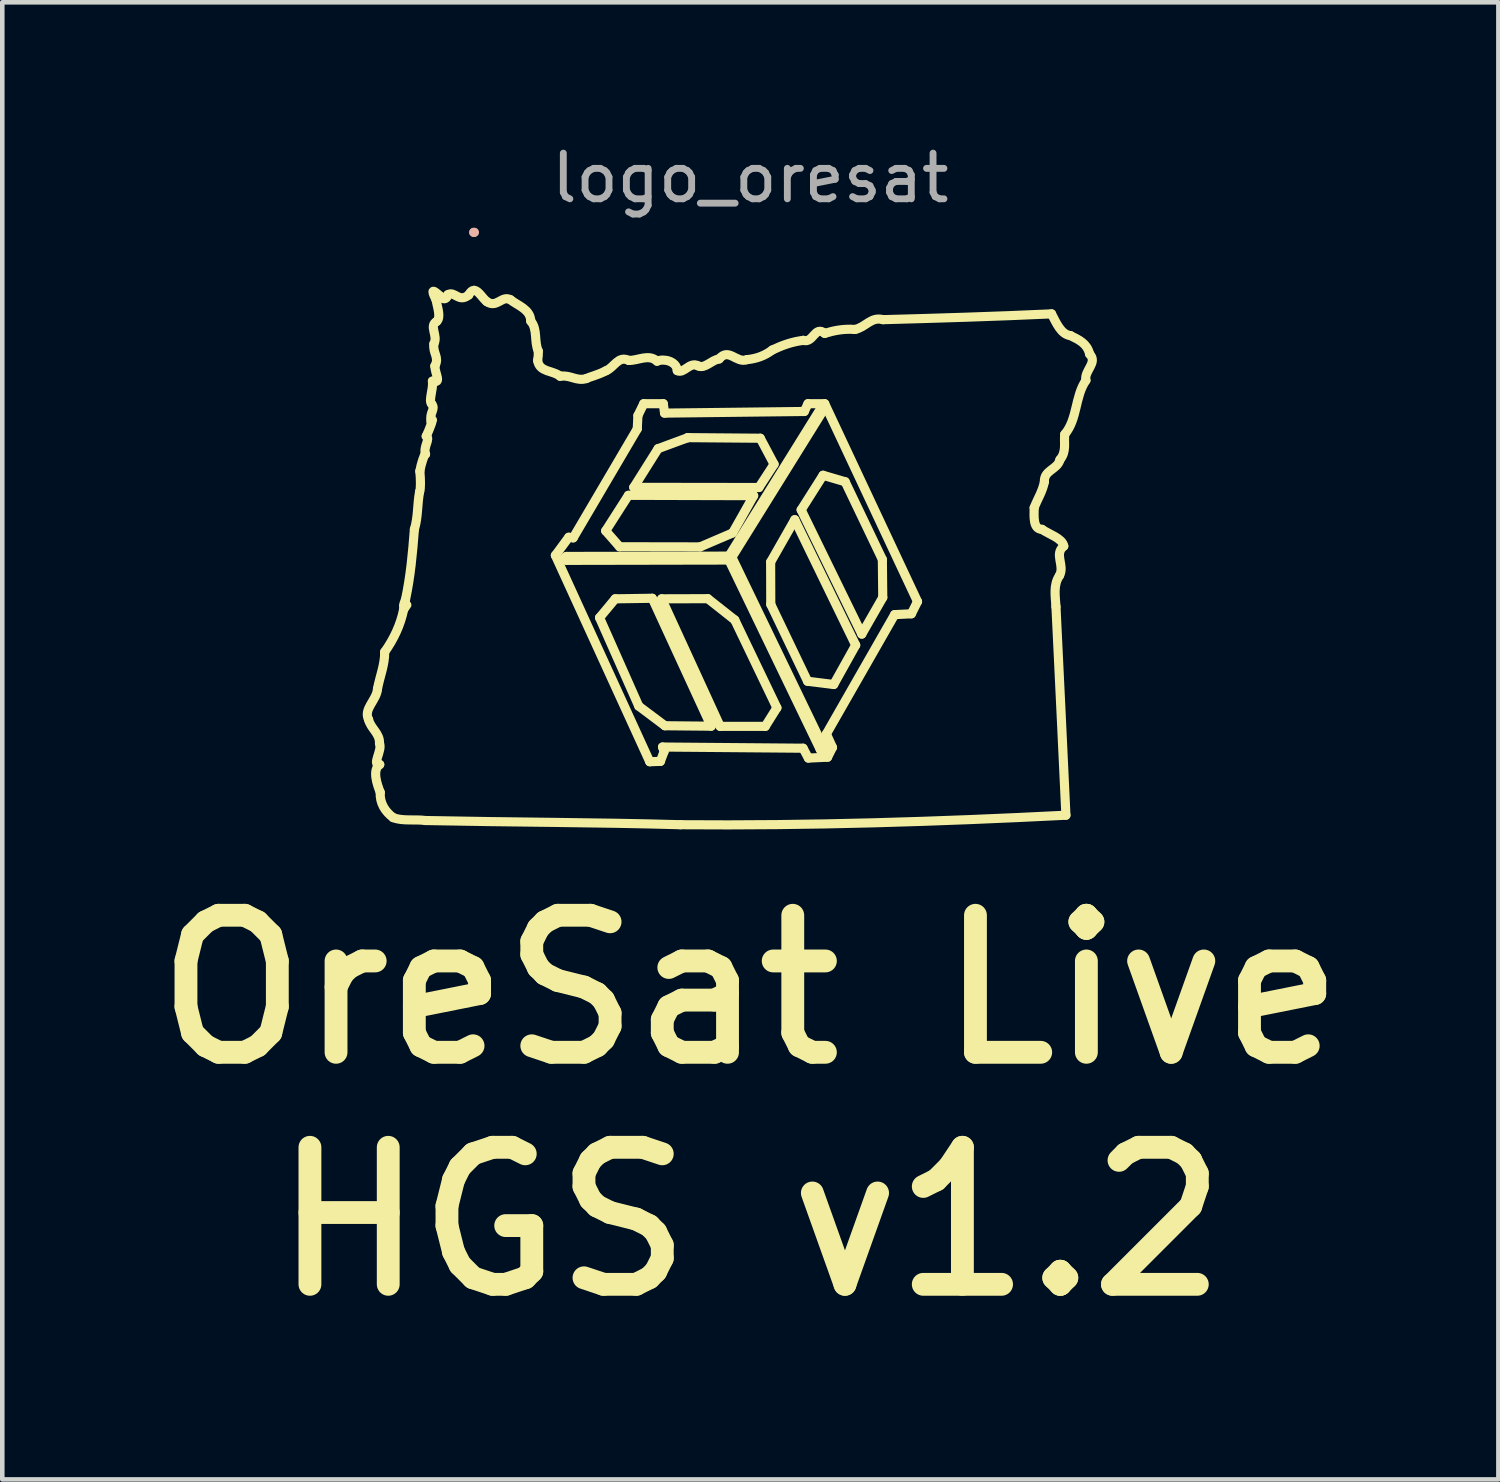
<source format=kicad_pcb>
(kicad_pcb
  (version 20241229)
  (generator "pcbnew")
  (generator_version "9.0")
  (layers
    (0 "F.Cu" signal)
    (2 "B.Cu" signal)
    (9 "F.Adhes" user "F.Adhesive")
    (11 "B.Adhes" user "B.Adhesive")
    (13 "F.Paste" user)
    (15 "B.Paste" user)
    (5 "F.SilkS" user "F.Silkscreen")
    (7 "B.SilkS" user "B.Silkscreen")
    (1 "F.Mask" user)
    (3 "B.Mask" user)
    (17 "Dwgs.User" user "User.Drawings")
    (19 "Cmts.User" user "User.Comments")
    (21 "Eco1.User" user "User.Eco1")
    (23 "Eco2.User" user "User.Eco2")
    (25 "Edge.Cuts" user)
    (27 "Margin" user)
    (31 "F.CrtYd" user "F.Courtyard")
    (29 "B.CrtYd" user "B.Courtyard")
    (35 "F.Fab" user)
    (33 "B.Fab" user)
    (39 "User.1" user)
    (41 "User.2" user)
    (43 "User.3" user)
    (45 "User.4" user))
  (footprint "logo_oresat"
    (layer "F.Cu")
    (at 13.379 3.388)
    (property "Reference" "logo_oresat" (at 0 -2.54 0) (layer "F.Fab") (effects (font (size 1 1) (thickness 0.15))))
    (attr through_hole)
    (fp_line (start -4.269 5.722) (end -3.976 5.325) (stroke (width 0.2) (type solid)) (layer "F.SilkS"))
    (fp_line (start -3.976 5.325) (end -3.879 5.338) (stroke (width 0.2) (type solid)) (layer "F.SilkS"))
    (fp_line (start -3.879 5.338) (end -2.476 2.952) (stroke (width 0.2) (type solid)) (layer "F.SilkS"))
    (fp_line (start -3.302 7.086) (end -2.443 9.023) (stroke (width 0.2) (type solid)) (layer "F.SilkS"))
    (fp_line (start -3.168 5.185) (end -2.863 5.533) (stroke (width 0.2) (type solid)) (layer "F.SilkS"))
    (fp_line (start -2.959 6.673) (end -3.302 7.086) (stroke (width 0.2) (type solid)) (layer "F.SilkS"))
    (fp_line (start -2.863 5.533) (end -1.101 5.536) (stroke (width 0.2) (type solid)) (layer "F.SilkS"))
    (fp_line (start -2.67 4.407) (end -3.168 5.185) (stroke (width 0.2) (type solid)) (layer "F.SilkS"))
    (fp_line (start -2.553 4.232) (end 0.187 4.236) (stroke (width 0.2) (type solid)) (layer "F.SilkS"))
    (fp_line (start -2.476 2.952) (end -2.462 2.66) (stroke (width 0.2) (type solid)) (layer "F.SilkS"))
    (fp_line (start -2.462 2.66) (end -2.335 2.401) (stroke (width 0.2) (type solid)) (layer "F.SilkS"))
    (fp_line (start -2.443 9.023) (end -1.871 9.452) (stroke (width 0.2) (type solid)) (layer "F.SilkS"))
    (fp_line (start -2.335 2.401) (end -1.906 2.401) (stroke (width 0.2) (type solid)) (layer "F.SilkS"))
    (fp_line (start -2.203 10.24) (end -4.269 5.722) (stroke (width 0.2) (type solid)) (layer "F.SilkS"))
    (fp_line (start -2.148 6.661) (end -2.959 6.673) (stroke (width 0.2) (type solid)) (layer "F.SilkS"))
    (fp_line (start -2.02 3.385) (end -2.553 4.232) (stroke (width 0.2) (type solid)) (layer "F.SilkS"))
    (fp_line (start -1.97 10.232) (end -2.203 10.24) (stroke (width 0.2) (type solid)) (layer "F.SilkS"))
    (fp_line (start -1.942 6.673) (end -0.661 9.466) (stroke (width 0.2) (type solid)) (layer "F.SilkS"))
    (fp_line (start -1.923 9.918) (end -1.889 10.016) (stroke (width 0.2) (type solid)) (layer "F.SilkS"))
    (fp_line (start -1.906 2.401) (end -1.879 2.607) (stroke (width 0.2) (type solid)) (layer "F.SilkS"))
    (fp_line (start -1.889 10.016) (end -1.97 10.232) (stroke (width 0.2) (type solid)) (layer "F.SilkS"))
    (fp_line (start -1.879 2.607) (end 1.181 2.571) (stroke (width 0.2) (type solid)) (layer "F.SilkS"))
    (fp_line (start -1.871 9.452) (end -0.859 9.462) (stroke (width 0.2) (type solid)) (layer "F.SilkS"))
    (fp_line (start -1.37 3.144) (end -1.37 3.145) (stroke (width 0.2) (type solid)) (layer "F.SilkS"))
    (fp_line (start -1.37 3.145) (end -2.02 3.385) (stroke (width 0.2) (type solid)) (layer "F.SilkS"))
    (fp_line (start -1.101 5.536) (end -0.389 5.231) (stroke (width 0.2) (type solid)) (layer "F.SilkS"))
    (fp_line (start -0.931 6.67) (end -1.942 6.673) (stroke (width 0.2) (type solid)) (layer "F.SilkS"))
    (fp_line (start -0.859 9.462) (end -2.148 6.661) (stroke (width 0.2) (type solid)) (layer "F.SilkS"))
    (fp_line (start -0.661 9.466) (end 0.326 9.466) (stroke (width 0.2) (type solid)) (layer "F.SilkS"))
    (fp_line (start -0.469 5.824) (end 1.531 9.974) (stroke (width 0.2) (type solid)) (layer "F.SilkS"))
    (fp_line (start -0.389 5.231) (end 0.072 4.415) (stroke (width 0.2) (type solid)) (layer "F.SilkS"))
    (fp_line (start -0.341 7.136) (end -0.931 6.67) (stroke (width 0.2) (type solid)) (layer "F.SilkS"))
    (fp_line (start 0.072 4.415) (end -2.67 4.407) (stroke (width 0.2) (type solid)) (layer "F.SilkS"))
    (fp_line (start 0.187 4.236) (end 0.519 3.726) (stroke (width 0.2) (type solid)) (layer "F.SilkS"))
    (fp_line (start 0.217 3.157) (end -1.37 3.144) (stroke (width 0.2) (type solid)) (layer "F.SilkS"))
    (fp_line (start 0.326 9.466) (end 0.581 9.059) (stroke (width 0.2) (type solid)) (layer "F.SilkS"))
    (fp_line (start 0.444 5.867) (end 0.447 6.795) (stroke (width 0.2) (type solid)) (layer "F.SilkS"))
    (fp_line (start 0.447 6.795) (end 1.253 8.478) (stroke (width 0.2) (type solid)) (layer "F.SilkS"))
    (fp_line (start 0.519 3.726) (end 0.217 3.157) (stroke (width 0.2) (type solid)) (layer "F.SilkS"))
    (fp_line (start 0.581 9.059) (end -0.341 7.136) (stroke (width 0.2) (type solid)) (layer "F.SilkS"))
    (fp_line (start 0.972 4.941) (end 0.444 5.867) (stroke (width 0.2) (type solid)) (layer "F.SilkS"))
    (fp_line (start 1.112 4.725) (end 2.44 7.445) (stroke (width 0.2) (type solid)) (layer "F.SilkS"))
    (fp_line (start 1.154 9.944) (end -1.923 9.918) (stroke (width 0.2) (type solid)) (layer "F.SilkS"))
    (fp_line (start 1.181 2.571) (end 1.261 2.401) (stroke (width 0.2) (type solid)) (layer "F.SilkS"))
    (fp_line (start 1.253 8.478) (end 1.825 8.549) (stroke (width 0.2) (type solid)) (layer "F.SilkS"))
    (fp_line (start 1.261 2.401) (end 1.628 2.401) (stroke (width 0.2) (type solid)) (layer "F.SilkS"))
    (fp_line (start 1.27 10.16) (end 1.154 9.944) (stroke (width 0.2) (type solid)) (layer "F.SilkS"))
    (fp_line (start 1.554 2.484) (end -0.469 5.738) (stroke (width 0.2) (type solid)) (layer "F.SilkS"))
    (fp_line (start 1.578 2.467) (end 1.578 2.467) (stroke (width 0.2) (type solid)) (layer "F.SilkS"))
    (fp_line (start 1.592 3.968) (end 1.112 4.725) (stroke (width 0.2) (type solid)) (layer "F.SilkS"))
    (fp_line (start 1.609 9.937) (end -0.405 5.763) (stroke (width 0.2) (type solid)) (layer "F.SilkS"))
    (fp_line (start 1.628 2.401) (end 3.66 6.733) (stroke (width 0.2) (type solid)) (layer "F.SilkS"))
    (fp_line (start 1.664 9.632) (end 1.798 9.927) (stroke (width 0.2) (type solid)) (layer "F.SilkS"))
    (fp_line (start 1.69 10.141) (end 1.27 10.16) (stroke (width 0.2) (type solid)) (layer "F.SilkS"))
    (fp_line (start 1.798 9.927) (end 1.69 10.141) (stroke (width 0.2) (type solid)) (layer "F.SilkS"))
    (fp_line (start 1.825 8.549) (end 2.306 7.687) (stroke (width 0.2) (type solid)) (layer "F.SilkS"))
    (fp_line (start 2.076 4.11) (end 1.592 3.968) (stroke (width 0.2) (type solid)) (layer "F.SilkS"))
    (fp_line (start 2.306 7.687) (end 0.972 4.941) (stroke (width 0.2) (type solid)) (layer "F.SilkS"))
    (fp_line (start 2.44 7.445) (end 2.899 6.644) (stroke (width 0.2) (type solid)) (layer "F.SilkS"))
    (fp_line (start 2.89 5.811) (end 2.076 4.11) (stroke (width 0.2) (type solid)) (layer "F.SilkS"))
    (fp_line (start 2.899 6.644) (end 2.89 5.811) (stroke (width 0.2) (type solid)) (layer "F.SilkS"))
    (fp_line (start 3.159 7.019) (end 1.664 9.632) (stroke (width 0.2) (type solid)) (layer "F.SilkS"))
    (fp_line (start 3.526 7.001) (end 3.159 7.019) (stroke (width 0.2) (type solid)) (layer "F.SilkS"))
    (fp_line (start 3.66 6.733) (end 3.526 7.001) (stroke (width 0.2) (type solid)) (layer "F.SilkS"))
    (fp_curve (pts (xy -8.359 9.318) (xy -8.31 9.518) (xy -8.108 9.618) (xy -8.12 9.841)) (stroke (width 0.2) (type solid)) (layer "F.SilkS"))
    (fp_curve (pts (xy -8.164 8.643) (xy -8.176 8.889) (xy -8.48 9.083) (xy -8.359 9.318)) (stroke (width 0.2) (type solid)) (layer "F.SilkS"))
    (fp_curve (pts (xy -8.12 9.841) (xy -8.052 9.985) (xy -8.302 10.33) (xy -8.115 10.301)) (stroke (width 0.2) (type solid)) (layer "F.SilkS"))
    (fp_curve (pts (xy -8.115 10.301) (xy -8.285 10.42) (xy -8.171 10.74) (xy -8.104 10.911)) (stroke (width 0.2) (type solid)) (layer "F.SilkS"))
    (fp_curve (pts (xy -8.104 10.911) (xy -8.117 11.142) (xy -8.001 11.329) (xy -7.82 11.464)) (stroke (width 0.2) (type solid)) (layer "F.SilkS"))
    (fp_curve (pts (xy -8.007 7.837) (xy -8 8.106) (xy -8.113 8.374) (xy -8.164 8.643)) (stroke (width 0.2) (type solid)) (layer "F.SilkS"))
    (fp_curve (pts (xy -7.82 11.464) (xy -7.614 11.545) (xy -7.342 11.495) (xy -7.112 11.527)) (stroke (width 0.2) (type solid)) (layer "F.SilkS"))
    (fp_curve (pts (xy -7.592 6.909) (xy -7.66 7.246) (xy -7.808 7.555) (xy -8.007 7.837)) (stroke (width 0.2) (type solid)) (layer "F.SilkS"))
    (fp_curve (pts (xy -7.551 6.692) (xy -7.704 7.062) (xy -7.385 6.628) (xy -7.592 6.909)) (stroke (width 0.2) (type solid)) (layer "F.SilkS"))
    (fp_curve (pts (xy -7.356 5.152) (xy -7.396 5.677) (xy -7.441 6.178) (xy -7.551 6.692)) (stroke (width 0.2) (type solid)) (layer "F.SilkS"))
    (fp_curve (pts (xy -7.242 4.329) (xy -7.295 4.612) (xy -7.273 4.879) (xy -7.356 5.152)) (stroke (width 0.2) (type solid)) (layer "F.SilkS"))
    (fp_curve (pts (xy -7.237 3.879) (xy -7.22 4.042) (xy -7.215 4.269) (xy -7.242 4.329)) (stroke (width 0.2) (type solid)) (layer "F.SilkS"))
    (fp_curve (pts (xy -7.112 3.505) (xy -7.134 3.485) (xy -7.213 3.733) (xy -7.237 3.879)) (stroke (width 0.2) (type solid)) (layer "F.SilkS"))
    (fp_curve (pts (xy -7.112 11.527) (xy -5.253 11.566) (xy -3.391 11.566) (xy -1.531 11.619)) (stroke (width 0.2) (type solid)) (layer "F.SilkS"))
    (fp_curve (pts (xy -7.097 3.113) (xy -6.996 3.169) (xy -7.169 3.339) (xy -7.112 3.505)) (stroke (width 0.2) (type solid)) (layer "F.SilkS"))
    (fp_curve (pts (xy -6.989 2.807) (xy -6.901 2.629) (xy -7.031 2.98) (xy -7.097 3.113)) (stroke (width 0.2) (type solid)) (layer "F.SilkS"))
    (fp_curve (pts (xy -6.978 2.406) (xy -6.881 2.53) (xy -7.036 2.581) (xy -6.989 2.807)) (stroke (width 0.2) (type solid)) (layer "F.SilkS"))
    (fp_curve (pts (xy -6.961 1.907) (xy -6.939 2.09) (xy -7.052 2.336) (xy -6.978 2.406)) (stroke (width 0.2) (type solid)) (layer "F.SilkS"))
    (fp_curve (pts (xy -6.928 1.087) (xy -6.96 1.302) (xy -6.801 1.379) (xy -6.908 1.576)) (stroke (width 0.2) (type solid)) (layer "F.SilkS"))
    (fp_curve (pts (xy -6.908 1.576) (xy -6.905 1.75) (xy -6.748 1.967) (xy -6.961 1.907)) (stroke (width 0.2) (type solid)) (layer "F.SilkS"))
    (fp_curve (pts (xy -6.884 0.119) (xy -6.846 0.311) (xy -6.771 0.519) (xy -6.87 0.601)) (stroke (width 0.2) (type solid)) (layer "F.SilkS"))
    (fp_curve (pts (xy -6.87 0.601) (xy -7.044 0.695) (xy -6.832 0.919) (xy -6.928 1.087)) (stroke (width 0.2) (type solid)) (layer "F.SilkS"))
    (fp_curve (pts (xy -6.789 0.05) (xy -6.939 -0.09) (xy -7.013 -0.128) (xy -6.884 0.119)) (stroke (width 0.2) (type solid)) (layer "F.SilkS"))
    (fp_curve (pts (xy -6.625 0.016) (xy -6.633 0.086) (xy -6.706 0.157) (xy -6.789 0.05)) (stroke (width 0.2) (type solid)) (layer "F.SilkS"))
    (fp_curve (pts (xy -6.167 0.02) (xy -6.384 0.2) (xy -6.476 -0.079) (xy -6.625 0.016)) (stroke (width 0.2) (type solid)) (layer "F.SilkS"))
    (fp_curve (pts (xy -6.056 -0.081) (xy -6.093 -0.079) (xy -6.129 -0.05) (xy -6.167 0.02)) (stroke (width 0.2) (type solid)) (layer "F.SilkS"))
    (fp_curve (pts (xy -5.77 0.166) (xy -5.861 0.095) (xy -5.949 -0.07) (xy -6.041 -0.081)) (stroke (width 0.2) (type solid)) (layer "F.SilkS"))
    (fp_curve (pts (xy -5.253 0.125) (xy -5.442 0.021) (xy -5.55 0.318) (xy -5.77 0.166)) (stroke (width 0.2) (type solid)) (layer "F.SilkS"))
    (fp_curve (pts (xy -4.808 0.592) (xy -4.816 0.332) (xy -5.09 0.256) (xy -5.253 0.125)) (stroke (width 0.2) (type solid)) (layer "F.SilkS"))
    (fp_curve (pts (xy -4.658 1.454) (xy -4.645 1.386) (xy -4.64 1.319) (xy -4.643 1.25)) (stroke (width 0.2) (type solid)) (layer "F.SilkS"))
    (fp_curve (pts (xy -4.643 1.25) (xy -4.739 1.043) (xy -4.653 0.769) (xy -4.808 0.592)) (stroke (width 0.2) (type solid)) (layer "F.SilkS"))
    (fp_curve (pts (xy -4.165 1.8) (xy -4.325 1.666) (xy -4.619 1.719) (xy -4.658 1.454)) (stroke (width 0.2) (type solid)) (layer "F.SilkS"))
    (fp_curve (pts (xy -4.067 5.788) (xy -4.067 5.812) (xy -4.048 5.831) (xy -4.024 5.831)) (stroke (width 0.2) (type solid)) (layer "F.SilkS"))
    (fp_curve (pts (xy -4.024 5.745) (xy -4.048 5.745) (xy -4.067 5.765) (xy -4.067 5.788)) (stroke (width 0.2) (type solid)) (layer "F.SilkS"))
    (fp_curve (pts (xy -4.024 5.831) (xy -3.978 5.831) (xy -0.52 5.824) (xy -0.469 5.824)) (stroke (width 0.2) (type solid)) (layer "F.SilkS"))
    (fp_curve (pts (xy -3.588 1.849) (xy -3.8 1.92) (xy -3.941 1.764) (xy -4.165 1.8)) (stroke (width 0.2) (type solid)) (layer "F.SilkS"))
    (fp_curve (pts (xy -3.16 1.679) (xy -3.349 1.778) (xy -3.527 1.815) (xy -3.588 1.849)) (stroke (width 0.2) (type solid)) (layer "F.SilkS"))
    (fp_curve (pts (xy -2.663 1.453) (xy -2.895 1.341) (xy -2.979 1.607) (xy -3.16 1.679)) (stroke (width 0.2) (type solid)) (layer "F.SilkS"))
    (fp_curve (pts (xy -2.043 1.47) (xy -2.227 1.303) (xy -2.457 1.46) (xy -2.663 1.453)) (stroke (width 0.2) (type solid)) (layer "F.SilkS"))
    (fp_curve (pts (xy -1.601 1.676) (xy -1.611 1.479) (xy -1.88 1.402) (xy -2.043 1.47)) (stroke (width 0.2) (type solid)) (layer "F.SilkS"))
    (fp_curve (pts (xy -1.531 11.619) (xy 1.284 11.643) (xy 4.098 11.554) (xy 6.909 11.411)) (stroke (width 0.2) (type solid)) (layer "F.SilkS"))
    (fp_curve (pts (xy -1.142 1.573) (xy -1.334 1.472) (xy -1.453 1.756) (xy -1.601 1.676)) (stroke (width 0.2) (type solid)) (layer "F.SilkS"))
    (fp_curve (pts (xy -0.683 1.421) (xy -0.851 1.443) (xy -0.996 1.644) (xy -1.142 1.573)) (stroke (width 0.2) (type solid)) (layer "F.SilkS"))
    (fp_curve (pts (xy -0.469 5.738) (xy -0.517 5.738) (xy -3.989 5.745) (xy -4.024 5.745)) (stroke (width 0.2) (type solid)) (layer "F.SilkS"))
    (fp_curve (pts (xy -0.405 5.763) (xy -0.405 5.763) (xy 1.612 2.52) (xy 1.612 2.52)) (stroke (width 0.2) (type solid)) (layer "F.SilkS"))
    (fp_curve (pts (xy -0.075 1.436) (xy -0.303 1.525) (xy -0.474 1.164) (xy -0.683 1.421)) (stroke (width 0.2) (type solid)) (layer "F.SilkS"))
    (fp_curve (pts (xy 0.481 1.225) (xy 0.318 1.348) (xy 0.14 1.416) (xy -0.075 1.436)) (stroke (width 0.2) (type solid)) (layer "F.SilkS"))
    (fp_curve (pts (xy 1.159 1.014) (xy 0.915 1.044) (xy 0.7 1.12) (xy 0.481 1.225)) (stroke (width 0.2) (type solid)) (layer "F.SilkS"))
    (fp_curve (pts (xy 1.531 9.974) (xy 1.538 9.988) (xy 1.551 9.997) (xy 1.567 9.999)) (stroke (width 0.2) (type solid)) (layer "F.SilkS"))
    (fp_curve (pts (xy 1.567 9.999) (xy 1.582 10) (xy 1.597 9.993) (xy 1.606 9.98)) (stroke (width 0.2) (type solid)) (layer "F.SilkS"))
    (fp_curve (pts (xy 1.575 2.468) (xy 1.566 2.47) (xy 1.559 2.476) (xy 1.554 2.484)) (stroke (width 0.2) (type solid)) (layer "F.SilkS"))
    (fp_curve (pts (xy 1.578 2.467) (xy 1.577 2.467) (xy 1.576 2.468) (xy 1.575 2.468)) (stroke (width 0.2) (type solid)) (layer "F.SilkS"))
    (fp_curve (pts (xy 1.581 2.467) (xy 1.58 2.466) (xy 1.579 2.466) (xy 1.578 2.467)) (stroke (width 0.2) (type solid)) (layer "F.SilkS"))
    (fp_curve (pts (xy 1.606 9.98) (xy 1.614 9.967) (xy 1.616 9.951) (xy 1.609 9.937)) (stroke (width 0.2) (type solid)) (layer "F.SilkS"))
    (fp_curve (pts (xy 1.612 2.52) (xy 1.619 2.509) (xy 1.62 2.495) (xy 1.613 2.483)) (stroke (width 0.2) (type solid)) (layer "F.SilkS"))
    (fp_curve (pts (xy 1.613 2.483) (xy 1.606 2.472) (xy 1.594 2.466) (xy 1.581 2.467)) (stroke (width 0.2) (type solid)) (layer "F.SilkS"))
    (fp_curve (pts (xy 1.628 0.861) (xy 1.41 0.683) (xy 1.38 1.082) (xy 1.159 1.014)) (stroke (width 0.2) (type solid)) (layer "F.SilkS"))
    (fp_curve (pts (xy 2.287 0.776) (xy 2.069 0.756) (xy 1.842 0.794) (xy 1.628 0.861)) (stroke (width 0.2) (type solid)) (layer "F.SilkS"))
    (fp_curve (pts (xy 2.904 0.561) (xy 2.64 0.489) (xy 2.526 0.729) (xy 2.287 0.776)) (stroke (width 0.2) (type solid)) (layer "F.SilkS"))
    (fp_curve (pts (xy 6.214 4.679) (xy 6.285 4.489) (xy 6.396 4.327) (xy 6.438 4.111)) (stroke (width 0.2) (type solid)) (layer "F.SilkS"))
    (fp_curve (pts (xy 6.384 5.152) (xy 6.183 5.148) (xy 6.212 4.861) (xy 6.214 4.679)) (stroke (width 0.2) (type solid)) (layer "F.SilkS"))
    (fp_curve (pts (xy 6.438 4.111) (xy 6.424 3.854) (xy 6.726 3.845) (xy 6.778 3.627)) (stroke (width 0.2) (type solid)) (layer "F.SilkS"))
    (fp_curve (pts (xy 6.594 0.434) (xy 5.364 0.491) (xy 4.134 0.528) (xy 2.904 0.561)) (stroke (width 0.2) (type solid)) (layer "F.SilkS"))
    (fp_curve (pts (xy 6.691 6.845) (xy 6.677 6.607) (xy 6.629 6.366) (xy 6.769 6.163)) (stroke (width 0.2) (type solid)) (layer "F.SilkS"))
    (fp_curve (pts (xy 6.769 6.163) (xy 6.889 5.936) (xy 6.642 5.696) (xy 6.862 5.519)) (stroke (width 0.2) (type solid)) (layer "F.SilkS"))
    (fp_curve (pts (xy 6.778 3.627) (xy 6.928 3.45) (xy 6.861 3.258) (xy 6.884 3.07)) (stroke (width 0.2) (type solid)) (layer "F.SilkS"))
    (fp_curve (pts (xy 6.862 5.519) (xy 6.834 5.347) (xy 6.533 5.258) (xy 6.384 5.152)) (stroke (width 0.2) (type solid)) (layer "F.SilkS"))
    (fp_curve (pts (xy 6.884 3.07) (xy 7.166 2.733) (xy 7.102 2.248) (xy 7.347 1.889)) (stroke (width 0.2) (type solid)) (layer "F.SilkS"))
    (fp_curve (pts (xy 6.909 11.411) (xy 6.836 9.889) (xy 6.767 8.367) (xy 6.691 6.845)) (stroke (width 0.2) (type solid)) (layer "F.SilkS"))
    (fp_curve (pts (xy 7.006 0.909) (xy 6.799 0.884) (xy 6.696 0.625) (xy 6.594 0.434)) (stroke (width 0.2) (type solid)) (layer "F.SilkS"))
    (fp_curve (pts (xy 7.347 1.889) (xy 7.302 1.677) (xy 7.614 1.503) (xy 7.428 1.314)) (stroke (width 0.2) (type solid)) (layer "F.SilkS"))
    (fp_curve (pts (xy 7.428 1.314) (xy 7.373 1.081) (xy 7.196 1.003) (xy 7.006 0.909)) (stroke (width 0.2) (type solid)) (layer "F.SilkS"))
    (fp_line (start -6.056 -1.351) (end -6.056 -1.351) (stroke (width 0.2) (type solid)) (layer "B.SilkS"))
    (fp_curve (pts (xy -6.041 -1.351) (xy -6.046 -1.352) (xy -6.051 -1.352) (xy -6.056 -1.351)) (stroke (width 0.2) (type solid)) (layer "B.SilkS"))
    (fp_text user "OreSat Live" (at 0 15.24 180) (layer "F.SilkS") (effects (font (size 3 3) (thickness 0.5))))
    (fp_text user "HGS v1.2" (at 0 20.32 180) (layer "F.SilkS") (effects (font (size 3 3) (thickness 0.5)))))
  (gr_rect
    (start -3 -3)
    (end 29.757 29.341)
    (stroke (width 0.1) (type default))
    (fill no)
    (layer "Edge.Cuts")))
</source>
